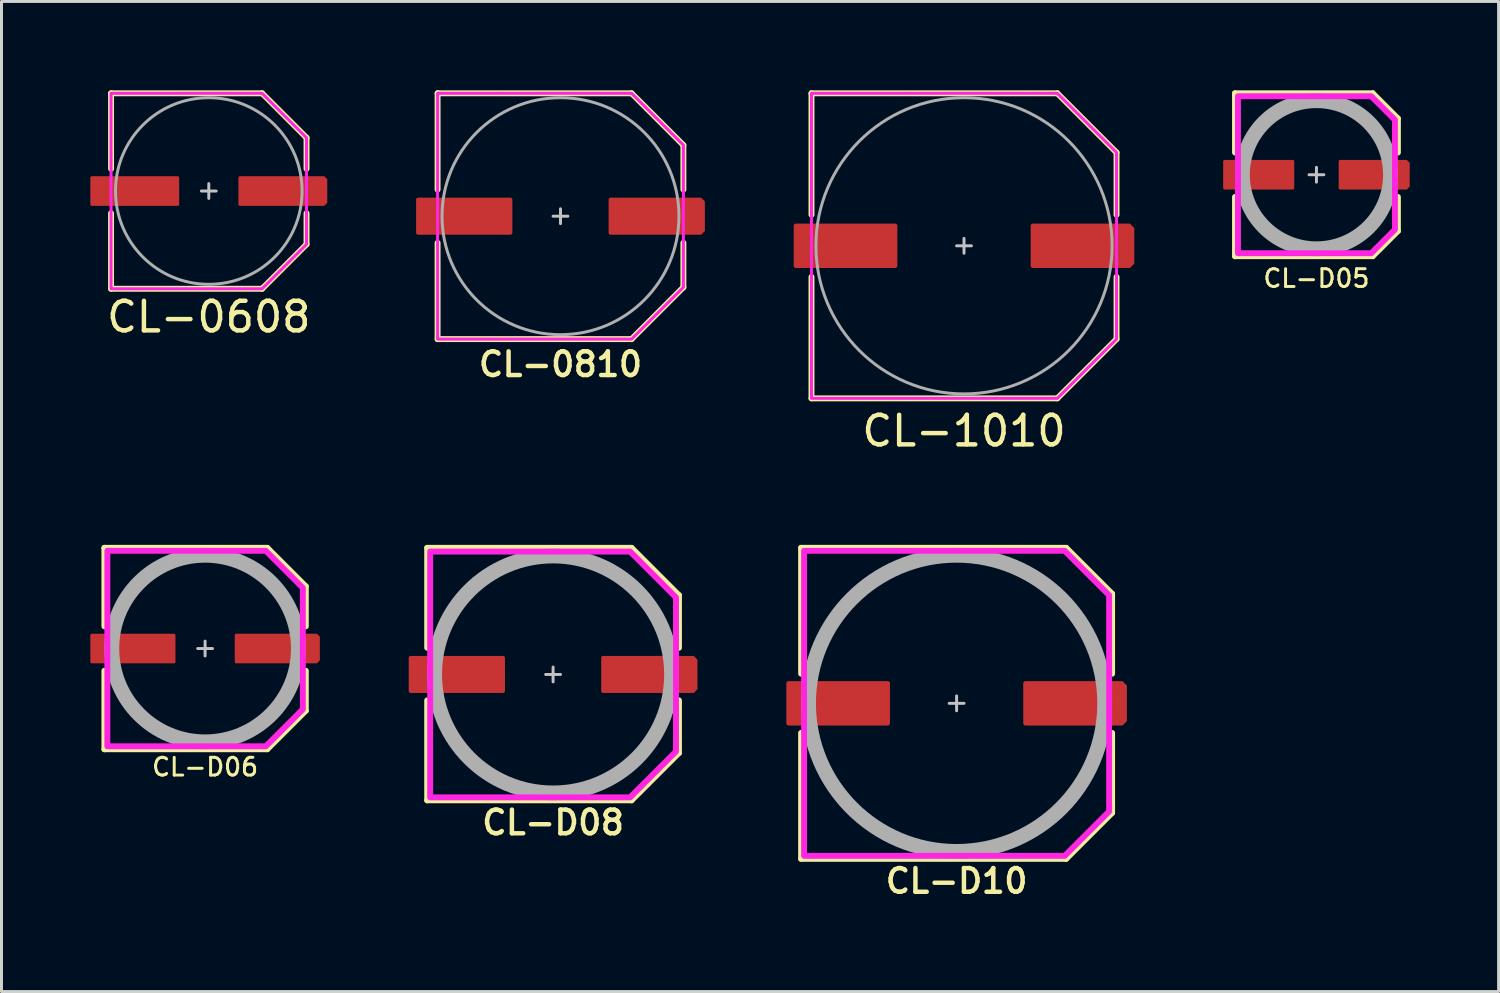
<source format=kicad_pcb>
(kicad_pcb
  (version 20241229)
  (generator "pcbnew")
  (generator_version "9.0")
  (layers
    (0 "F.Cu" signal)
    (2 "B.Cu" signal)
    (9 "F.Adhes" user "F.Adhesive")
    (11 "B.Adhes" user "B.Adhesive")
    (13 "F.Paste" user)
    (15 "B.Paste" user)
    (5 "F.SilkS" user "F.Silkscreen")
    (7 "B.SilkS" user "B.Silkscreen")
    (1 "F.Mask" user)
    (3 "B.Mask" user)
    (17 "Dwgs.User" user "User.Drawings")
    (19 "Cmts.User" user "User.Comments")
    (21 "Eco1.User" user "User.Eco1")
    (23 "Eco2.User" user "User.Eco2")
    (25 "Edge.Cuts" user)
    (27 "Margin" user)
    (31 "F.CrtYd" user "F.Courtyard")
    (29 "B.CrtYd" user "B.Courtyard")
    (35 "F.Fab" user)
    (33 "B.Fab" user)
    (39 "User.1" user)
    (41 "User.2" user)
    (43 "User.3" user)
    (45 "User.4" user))
  (footprint "CL-1010"
    (layer "F.Cu")
    (at 29.5 5.25)
    (property "Reference" "CL-1010" (at 0 6.25 0) (unlocked yes) (layer "F.SilkS") (effects (font (size 1 1) (thickness 0.15))))
    (attr smd)
    (fp_line (start -5.15 -5.15) (end 3.15 -5.15) (stroke (width 0.2) (type solid)) (layer "F.SilkS"))
    (fp_line (start -5.15 -1.05) (end -5.15 -5.15) (stroke (width 0.2) (type solid)) (layer "F.SilkS"))
    (fp_line (start -5.15 1.05) (end -5.15 5.15) (stroke (width 0.2) (type solid)) (layer "F.SilkS"))
    (fp_line (start -5.15 5.15) (end 3.15 5.15) (stroke (width 0.2) (type solid)) (layer "F.SilkS"))
    (fp_line (start 3.15 -5.15) (end 5.15 -3.15) (stroke (width 0.2) (type solid)) (layer "F.SilkS"))
    (fp_line (start 3.15 5.15) (end 5.15 3.15) (stroke (width 0.2) (type solid)) (layer "F.SilkS"))
    (fp_line (start 5.15 -3.15) (end 5.15 -1.05) (stroke (width 0.2) (type solid)) (layer "F.SilkS"))
    (fp_line (start 5.15 3.15) (end 5.15 1.05) (stroke (width 0.2) (type solid)) (layer "F.SilkS"))
    (fp_line (start -0.25 0) (end 0.25 0) (stroke (width 0.1) (type solid)) (layer "Dwgs.User"))
    (fp_line (start 0 -0.25) (end 0 0.25) (stroke (width 0.1) (type solid)) (layer "Dwgs.User"))
    (fp_poly (pts (xy 5.15 -3.15) (xy 5.15 3.15) (xy 3.15 5.15) (xy -5.15 5.15) (xy -5.15 -5.15) (xy 3.15 -5.15)) (stroke (width 0.1) (type solid)) (fill no) (layer "F.CrtYd"))
    (fp_circle (center 0 0) (end 5 0) (stroke (width 0.1) (type solid)) (fill no) (layer "F.Fab"))
    (pad "1" smd roundrect (at 4 0) (size 3.5 1.5) (layers "F.Cu" "F.Mask" "F.Paste") (roundrect_rratio 0.05) (chamfer_ratio 0.1) (chamfer top_right bottom_right))
    (pad "2" smd roundrect (at -4 0) (size 3.5 1.5) (layers "F.Cu" "F.Mask" "F.Paste") (roundrect_rratio 0.05)))
  (footprint "CL-D06"
    (layer "F.Cu")
    (at 3.875 18.848)
    (property "Reference" "CL-D06" (at 0 4 0) (unlocked yes) (layer "F.SilkS") (effects (font (size 0.6 0.6) (thickness 0.1) (bold yes))))
    (attr smd)
    (fp_line (start -3.4 -3.4) (end 2.1 -3.4) (stroke (width 0.2) (type solid)) (layer "F.SilkS"))
    (fp_line (start -3.4 -0.75) (end -3.4 -3.4) (stroke (width 0.2) (type solid)) (layer "F.SilkS"))
    (fp_line (start -3.4 0.75) (end -3.4 3.4) (stroke (width 0.2) (type solid)) (layer "F.SilkS"))
    (fp_line (start -3.4 3.4) (end 2.1 3.4) (stroke (width 0.2) (type solid)) (layer "F.SilkS"))
    (fp_line (start 2.1 -3.4) (end 3.4 -2.1) (stroke (width 0.2) (type solid)) (layer "F.SilkS"))
    (fp_line (start 2.1 3.4) (end 3.4 2.1) (stroke (width 0.2) (type solid)) (layer "F.SilkS"))
    (fp_line (start 3.4 -2.1) (end 3.4 -0.75) (stroke (width 0.2) (type solid)) (layer "F.SilkS"))
    (fp_line (start 3.4 2.1) (end 3.4 0.75) (stroke (width 0.2) (type solid)) (layer "F.SilkS"))
    (fp_line (start -0.25 0) (end 0.25 0) (stroke (width 0.1) (type solid)) (layer "Dwgs.User"))
    (fp_line (start 0 -0.25) (end 0 0.25) (stroke (width 0.1) (type solid)) (layer "Dwgs.User"))
    (fp_poly (pts (xy 3.3 -2.05) (xy 3.3 2.05) (xy 2.05 3.3) (xy -3.3 3.3) (xy -3.3 -3.3) (xy 2.05 -3.3)) (stroke (width 0.2) (type solid)) (fill no) (layer "F.CrtYd"))
    (fp_circle (center 0 0) (end 3.15 0) (stroke (width 0.5) (type solid)) (fill no) (layer "F.Fab"))
    (pad "1" smd roundrect (at 2.438 0) (size 2.875 1) (layers "F.Cu" "F.Mask" "F.Paste") (roundrect_rratio 0.05) (chamfer_ratio 0.1) (chamfer top_right bottom_right))
    (pad "2" smd roundrect (at -2.438 0) (size 2.875 1) (layers "F.Cu" "F.Mask" "F.Paste") (roundrect_rratio 0.05)))
  (footprint "CL-0608"
    (layer "F.Cu")
    (at 4 3.4)
    (property "Reference" "CL-0608" (at 0 4.25 0) (unlocked yes) (layer "F.SilkS") (effects (font (size 1 1) (thickness 0.15))))
    (attr smd)
    (fp_line (start -3.3 -3.3) (end 1.8 -3.3) (stroke (width 0.2) (type solid)) (layer "F.SilkS"))
    (fp_line (start -3.3 -0.75) (end -3.3 -3.3) (stroke (width 0.2) (type solid)) (layer "F.SilkS"))
    (fp_line (start -3.3 0.75) (end -3.3 3.3) (stroke (width 0.2) (type solid)) (layer "F.SilkS"))
    (fp_line (start -3.3 3.3) (end 1.8 3.3) (stroke (width 0.2) (type solid)) (layer "F.SilkS"))
    (fp_line (start 1.8 -3.3) (end 3.3 -1.8) (stroke (width 0.2) (type solid)) (layer "F.SilkS"))
    (fp_line (start 1.8 3.3) (end 3.3 1.8) (stroke (width 0.2) (type solid)) (layer "F.SilkS"))
    (fp_line (start 3.3 -1.8) (end 3.3 -0.75) (stroke (width 0.2) (type solid)) (layer "F.SilkS"))
    (fp_line (start 3.3 1.8) (end 3.3 0.75) (stroke (width 0.2) (type solid)) (layer "F.SilkS"))
    (fp_line (start -0.25 0) (end 0.25 0) (stroke (width 0.1) (type solid)) (layer "Dwgs.User"))
    (fp_line (start 0 -0.25) (end 0 0.25) (stroke (width 0.1) (type solid)) (layer "Dwgs.User"))
    (fp_poly (pts (xy 3.3 -1.8) (xy 3.3 1.8) (xy 1.8 3.3) (xy -3.3 3.3) (xy -3.3 -3.3) (xy 1.8 -3.3)) (stroke (width 0.1) (type solid)) (fill no) (layer "F.CrtYd"))
    (fp_circle (center 0 0) (end 3.15 0) (stroke (width 0.1) (type solid)) (fill no) (layer "F.Fab"))
    (pad "1" smd roundrect (at 2.5 0) (size 3 1) (layers "F.Cu" "F.Mask" "F.Paste") (roundrect_rratio 0.05) (chamfer_ratio 0.1) (chamfer top_right bottom_right))
    (pad "2" smd roundrect (at -2.5 0) (size 3 1) (layers "F.Cu" "F.Mask" "F.Paste") (roundrect_rratio 0.05)))
  (footprint "CL-0810"
    (layer "F.Cu")
    (at 15.875 4.25)
    (property "Reference" "CL-0810" (at 0 5 0) (unlocked yes) (layer "F.SilkS") (effects (font (size 0.8 0.8) (thickness 0.15))))
    (attr smd)
    (fp_line (start -4.15 -4.15) (end 2.4 -4.15) (stroke (width 0.2) (type solid)) (layer "F.SilkS"))
    (fp_line (start -4.15 -0.9) (end -4.15 -4.15) (stroke (width 0.2) (type solid)) (layer "F.SilkS"))
    (fp_line (start -4.15 0.9) (end -4.15 4.15) (stroke (width 0.2) (type solid)) (layer "F.SilkS"))
    (fp_line (start -4.15 4.15) (end 2.4 4.15) (stroke (width 0.2) (type solid)) (layer "F.SilkS"))
    (fp_line (start 2.4 -4.15) (end 4.15 -2.4) (stroke (width 0.2) (type solid)) (layer "F.SilkS"))
    (fp_line (start 2.4 4.15) (end 4.15 2.4) (stroke (width 0.2) (type solid)) (layer "F.SilkS"))
    (fp_line (start 4.15 -2.4) (end 4.15 -0.9) (stroke (width 0.2) (type solid)) (layer "F.SilkS"))
    (fp_line (start 4.15 2.4) (end 4.15 0.9) (stroke (width 0.2) (type solid)) (layer "F.SilkS"))
    (fp_line (start -0.25 0) (end 0.25 0) (stroke (width 0.1) (type solid)) (layer "Dwgs.User"))
    (fp_line (start 0 -0.25) (end 0 0.25) (stroke (width 0.1) (type solid)) (layer "Dwgs.User"))
    (fp_poly (pts (xy 4.15 -2.4) (xy 4.15 2.4) (xy 2.4 4.15) (xy -4.15 4.15) (xy -4.15 -4.15) (xy 2.4 -4.15)) (stroke (width 0.1) (type solid)) (fill no) (layer "F.CrtYd"))
    (fp_circle (center 0 0) (end 4 0) (stroke (width 0.1) (type solid)) (fill no) (layer "F.Fab"))
    (pad "1" smd roundrect (at 3.25 0) (size 3.25 1.25) (layers "F.Cu" "F.Mask" "F.Paste") (roundrect_rratio 0.05) (chamfer_ratio 0.1) (chamfer top_right bottom_right))
    (pad "2" smd roundrect (at -3.25 0) (size 3.25 1.25) (layers "F.Cu" "F.Mask" "F.Paste") (roundrect_rratio 0.05)))
  (footprint "CL-D08"
    (layer "F.Cu")
    (at 15.625 19.723)
    (property "Reference" "CL-D08" (at 0 5 0) (unlocked yes) (layer "F.SilkS") (effects (font (size 0.8 0.8) (thickness 0.15))))
    (attr smd)
    (fp_line (start -4.25 -4.275) (end 2.65 -4.275) (stroke (width 0.2) (type solid)) (layer "F.SilkS"))
    (fp_line (start -4.25 -0.9) (end -4.25 -4.275) (stroke (width 0.2) (type solid)) (layer "F.SilkS"))
    (fp_line (start -4.25 0.875) (end -4.25 4.25) (stroke (width 0.2) (type solid)) (layer "F.SilkS"))
    (fp_line (start -4.25 4.25) (end 2.65 4.25) (stroke (width 0.2) (type solid)) (layer "F.SilkS"))
    (fp_line (start 2.65 -4.275) (end 4.25 -2.675) (stroke (width 0.2) (type solid)) (layer "F.SilkS"))
    (fp_line (start 2.65 4.25) (end 4.25 2.65) (stroke (width 0.2) (type solid)) (layer "F.SilkS"))
    (fp_line (start 4.25 -2.675) (end 4.25 -0.9) (stroke (width 0.2) (type solid)) (layer "F.SilkS"))
    (fp_line (start 4.25 2.65) (end 4.25 0.875) (stroke (width 0.2) (type solid)) (layer "F.SilkS"))
    (fp_line (start -0.25 0) (end 0.25 0) (stroke (width 0.1) (type solid)) (layer "Dwgs.User"))
    (fp_line (start 0 -0.25) (end 0 0.25) (stroke (width 0.1) (type solid)) (layer "Dwgs.User"))
    (fp_poly (pts (xy 4.15 -2.6) (xy 4.15 2.6) (xy 2.6 4.15) (xy -4.15 4.15) (xy -4.15 -4.15) (xy 2.6 -4.15)) (stroke (width 0.2) (type solid)) (fill no) (layer "F.CrtYd"))
    (fp_circle (center 0 0) (end 4 0) (stroke (width 0.5) (type solid)) (fill no) (layer "F.Fab"))
    (pad "1" smd roundrect (at 3.25 0) (size 3.25 1.25) (layers "F.Cu" "F.Mask" "F.Paste") (roundrect_rratio 0.05) (chamfer_ratio 0.1) (chamfer top_right bottom_right))
    (pad "2" smd roundrect (at -3.25 0) (size 3.25 1.25) (layers "F.Cu" "F.Mask" "F.Paste") (roundrect_rratio 0.05)))
  (footprint "CL-D05"
    (layer "F.Cu")
    (at 41.4 2.85)
    (property "Reference" "CL-D05" (at 0 3.5 0) (unlocked yes) (layer "F.SilkS") (effects (font (size 0.6 0.6) (thickness 0.1) (bold yes))))
    (attr smd)
    (fp_line (start -2.75 -2.75) (end 1.9 -2.75) (stroke (width 0.2) (type solid)) (layer "F.SilkS"))
    (fp_line (start -2.75 -0.75) (end -2.75 -2.75) (stroke (width 0.2) (type solid)) (layer "F.SilkS"))
    (fp_line (start -2.75 0.75) (end -2.75 2.75) (stroke (width 0.2) (type solid)) (layer "F.SilkS"))
    (fp_line (start -2.75 2.75) (end 1.9 2.75) (stroke (width 0.2) (type solid)) (layer "F.SilkS"))
    (fp_line (start 1.9 -2.75) (end 2.75 -1.9) (stroke (width 0.2) (type solid)) (layer "F.SilkS"))
    (fp_line (start 1.9 2.75) (end 2.75 1.9) (stroke (width 0.2) (type solid)) (layer "F.SilkS"))
    (fp_line (start 2.75 -1.9) (end 2.75 -0.75) (stroke (width 0.2) (type solid)) (layer "F.SilkS"))
    (fp_line (start 2.75 1.9) (end 2.75 0.75) (stroke (width 0.2) (type solid)) (layer "F.SilkS"))
    (fp_line (start -0.25 0) (end 0.25 0) (stroke (width 0.1) (type solid)) (layer "Dwgs.User"))
    (fp_line (start 0 -0.25) (end 0 0.25) (stroke (width 0.1) (type solid)) (layer "Dwgs.User"))
    (fp_poly (pts (xy 2.65 -1.85) (xy 2.65 1.85) (xy 1.85 2.65) (xy -2.65 2.65) (xy -2.65 -2.65) (xy 1.85 -2.65)) (stroke (width 0.2) (type solid)) (fill no) (layer "F.CrtYd"))
    (fp_circle (center 0 0) (end 2.5 0) (stroke (width 0.5) (type solid)) (fill no) (layer "F.Fab"))
    (pad "1" smd roundrect (at 1.95 0) (size 2.4 1) (layers "F.Cu" "F.Mask" "F.Paste") (roundrect_rratio 0.05) (chamfer_ratio 0.1) (chamfer top_right bottom_right))
    (pad "2" smd roundrect (at -1.95 0) (size 2.4 1) (layers "F.Cu" "F.Mask" "F.Paste") (roundrect_rratio 0.05)))
  (footprint "CL-D10"
    (layer "F.Cu")
    (at 29.25 20.698)
    (property "Reference" "CL-D10" (at 0 6 0) (unlocked yes) (layer "F.SilkS") (effects (font (size 0.8 0.8) (thickness 0.15))))
    (attr smd)
    (fp_line (start -5.25 -5.25) (end 3.7 -5.25) (stroke (width 0.2) (type solid)) (layer "F.SilkS"))
    (fp_line (start -5.25 -1) (end -5.25 -5.25) (stroke (width 0.2) (type solid)) (layer "F.SilkS"))
    (fp_line (start -5.25 1) (end -5.25 5.25) (stroke (width 0.2) (type solid)) (layer "F.SilkS"))
    (fp_line (start -5.25 5.25) (end 3.7 5.25) (stroke (width 0.2) (type solid)) (layer "F.SilkS"))
    (fp_line (start 3.7 -5.25) (end 5.25 -3.7) (stroke (width 0.2) (type solid)) (layer "F.SilkS"))
    (fp_line (start 3.7 5.25) (end 5.25 3.7) (stroke (width 0.2) (type solid)) (layer "F.SilkS"))
    (fp_line (start 5.25 -3.7) (end 5.25 -1) (stroke (width 0.2) (type solid)) (layer "F.SilkS"))
    (fp_line (start 5.25 3.7) (end 5.25 1) (stroke (width 0.2) (type solid)) (layer "F.SilkS"))
    (fp_line (start -0.25 0) (end 0.25 0) (stroke (width 0.1) (type solid)) (layer "Dwgs.User"))
    (fp_line (start 0 -0.25) (end 0 0.25) (stroke (width 0.1) (type solid)) (layer "Dwgs.User"))
    (fp_poly (pts (xy 5.15 -3.65) (xy 5.15 3.65) (xy 3.65 5.15) (xy -5.15 5.15) (xy -5.15 -5.15) (xy 3.65 -5.15)) (stroke (width 0.2) (type solid)) (fill no) (layer "F.CrtYd"))
    (fp_circle (center 0 0) (end 5 0) (stroke (width 0.5) (type solid)) (fill no) (layer "F.Fab"))
    (pad "1" smd roundrect (at 4 0) (size 3.5 1.5) (layers "F.Cu" "F.Mask" "F.Paste") (roundrect_rratio 0.05) (chamfer_ratio 0.1) (chamfer top_right bottom_right))
    (pad "2" smd roundrect (at -4 0) (size 3.5 1.5) (layers "F.Cu" "F.Mask" "F.Paste") (roundrect_rratio 0.05)))
  (gr_rect
    (start -3 -3)
    (end 47.55 30.43)
    (stroke (width 0.1) (type default))
    (fill no)
    (layer "Edge.Cuts")))
</source>
